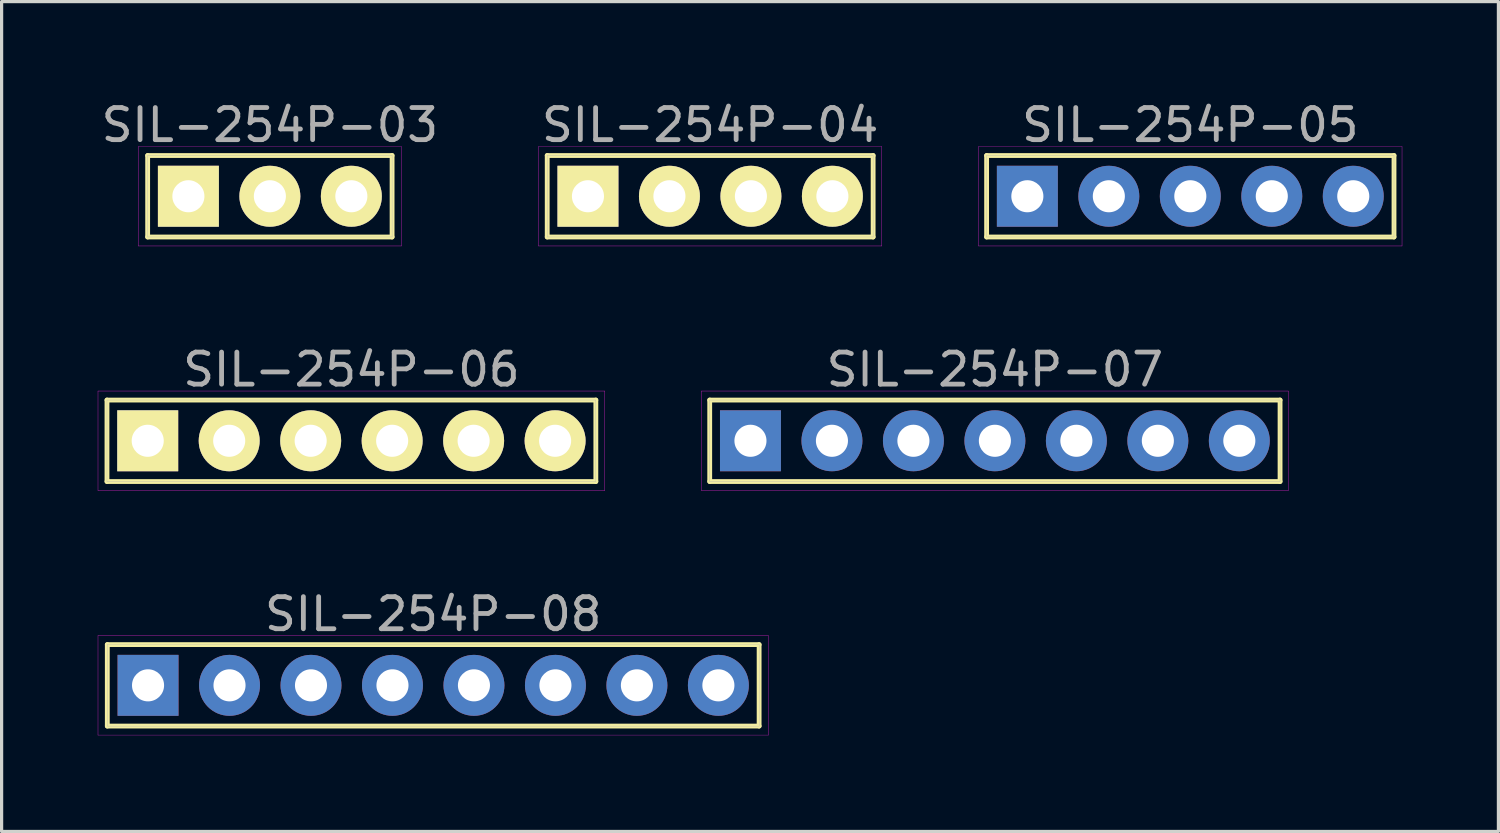
<source format=kicad_pcb>
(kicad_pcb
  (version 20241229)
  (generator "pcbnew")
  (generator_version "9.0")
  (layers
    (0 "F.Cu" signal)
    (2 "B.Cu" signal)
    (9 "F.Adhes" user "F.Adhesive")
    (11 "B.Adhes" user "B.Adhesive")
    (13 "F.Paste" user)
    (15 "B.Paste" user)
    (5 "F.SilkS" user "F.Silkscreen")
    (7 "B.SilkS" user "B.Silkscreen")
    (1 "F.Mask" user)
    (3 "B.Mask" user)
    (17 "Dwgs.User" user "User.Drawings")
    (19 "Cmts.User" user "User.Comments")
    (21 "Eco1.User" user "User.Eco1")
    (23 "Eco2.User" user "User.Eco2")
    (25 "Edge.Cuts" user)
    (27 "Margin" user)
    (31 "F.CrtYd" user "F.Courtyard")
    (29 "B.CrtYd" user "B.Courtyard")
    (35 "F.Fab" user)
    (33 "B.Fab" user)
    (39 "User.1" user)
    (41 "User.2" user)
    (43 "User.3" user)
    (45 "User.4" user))
  (footprint "SIL-254P-08"
    (layer "F.Cu")
    (at 10.455 18.315)
    (property "Reference" "SIL-254P-08" (at 0 -2.22 0) (layer "F.Fab") (effects (font (size 1 1) (thickness 0.15))))
    (attr through_hole)
    (fp_line (start -10.16 -1.27) (end 10.16 -1.27) (stroke (width 0.15) (type solid)) (layer "F.SilkS"))
    (fp_line (start -10.16 1.27) (end -10.16 -1.27) (stroke (width 0.15) (type solid)) (layer "F.SilkS"))
    (fp_line (start 10.16 -1.27) (end 10.16 1.27) (stroke (width 0.15) (type solid)) (layer "F.SilkS"))
    (fp_line (start 10.16 1.27) (end -10.16 1.27) (stroke (width 0.15) (type solid)) (layer "F.SilkS"))
    (fp_line (start -10.45 -1.55) (end 10.45 -1.55) (stroke (width 0.01) (type solid)) (layer "F.CrtYd"))
    (fp_line (start -10.45 1.55) (end -10.45 -1.55) (stroke (width 0.01) (type solid)) (layer "F.CrtYd"))
    (fp_line (start 10.45 -1.55) (end 10.45 1.55) (stroke (width 0.01) (type solid)) (layer "F.CrtYd"))
    (fp_line (start 10.45 1.55) (end -10.45 1.55) (stroke (width 0.01) (type solid)) (layer "F.CrtYd"))
    (fp_line (start -10.16 -1.27) (end 10.16 -1.27) (stroke (width 0.01) (type solid)) (layer "F.Fab"))
    (fp_line (start -10.16 1.27) (end -10.16 -1.27) (stroke (width 0.01) (type solid)) (layer "F.Fab"))
    (fp_line (start 10.16 -1.27) (end 10.16 1.27) (stroke (width 0.01) (type solid)) (layer "F.Fab"))
    (fp_line (start 10.16 1.27) (end -10.16 1.27) (stroke (width 0.01) (type solid)) (layer "F.Fab"))
    (pad "1" thru_hole rect (at -8.89 0) (size 1.9 1.9) (drill 1) (layers "F.Cu" "F.Mask" "F.Paste"))
    (pad "2" thru_hole circle (at -6.35 0) (size 1.9 1.9) (drill 1) (layers "F.Cu" "F.Mask" "F.Paste"))
    (pad "3" thru_hole circle (at -3.81 0) (size 1.9 1.9) (drill 1) (layers "F.Cu" "F.Mask" "F.Paste"))
    (pad "4" thru_hole circle (at -1.27 0) (size 1.9 1.9) (drill 1) (layers "F.Cu" "F.Mask" "F.Paste"))
    (pad "5" thru_hole circle (at 1.27 0) (size 1.9 1.9) (drill 1) (layers "F.Cu" "F.Mask" "F.Paste"))
    (pad "6" thru_hole circle (at 3.81 0) (size 1.9 1.9) (drill 1) (layers "F.Cu" "F.Mask" "F.Paste"))
    (pad "7" thru_hole circle (at 6.35 0) (size 1.9 1.9) (drill 1) (layers "F.Cu" "F.Mask" "F.Paste"))
    (pad "8" thru_hole circle (at 8.89 0) (size 1.9 1.9) (drill 1) (layers "F.Cu" "F.Mask" "F.Paste")))
  (footprint "SIL-254P-07"
    (layer "F.Cu")
    (at 27.965 10.691)
    (property "Reference" "SIL-254P-07" (at 0 -2.22 0) (layer "F.Fab") (effects (font (size 1 1) (thickness 0.15))))
    (attr through_hole)
    (fp_line (start -8.89 -1.27) (end 8.89 -1.27) (stroke (width 0.15) (type solid)) (layer "F.SilkS"))
    (fp_line (start -8.89 1.27) (end -8.89 -1.27) (stroke (width 0.15) (type solid)) (layer "F.SilkS"))
    (fp_line (start 8.89 -1.27) (end 8.89 1.27) (stroke (width 0.15) (type solid)) (layer "F.SilkS"))
    (fp_line (start 8.89 1.27) (end -8.89 1.27) (stroke (width 0.15) (type solid)) (layer "F.SilkS"))
    (fp_line (start -9.15 -1.55) (end 9.15 -1.55) (stroke (width 0.01) (type solid)) (layer "F.CrtYd"))
    (fp_line (start -9.15 1.55) (end -9.15 -1.55) (stroke (width 0.01) (type solid)) (layer "F.CrtYd"))
    (fp_line (start 9.15 -1.55) (end 9.15 1.55) (stroke (width 0.01) (type solid)) (layer "F.CrtYd"))
    (fp_line (start 9.15 1.55) (end -9.15 1.55) (stroke (width 0.01) (type solid)) (layer "F.CrtYd"))
    (fp_line (start -8.89 -1.27) (end 8.89 -1.27) (stroke (width 0.01) (type solid)) (layer "F.Fab"))
    (fp_line (start -8.89 1.27) (end -8.89 -1.27) (stroke (width 0.01) (type solid)) (layer "F.Fab"))
    (fp_line (start 8.89 -1.27) (end 8.89 1.27) (stroke (width 0.01) (type solid)) (layer "F.Fab"))
    (fp_line (start 8.89 1.27) (end -8.89 1.27) (stroke (width 0.01) (type solid)) (layer "F.Fab"))
    (pad "1" thru_hole rect (at -7.62 0) (size 1.9 1.9) (drill 1) (layers "F.Cu" "F.Mask" "F.Paste"))
    (pad "2" thru_hole circle (at -5.08 0) (size 1.9 1.9) (drill 1) (layers "F.Cu" "F.Mask" "F.Paste"))
    (pad "3" thru_hole circle (at -2.54 0) (size 1.9 1.9) (drill 1) (layers "F.Cu" "F.Mask" "F.Paste"))
    (pad "4" thru_hole circle (at 0 0) (size 1.9 1.9) (drill 1) (layers "F.Cu" "F.Mask" "F.Paste"))
    (pad "5" thru_hole circle (at 2.54 0) (size 1.9 1.9) (drill 1) (layers "F.Cu" "F.Mask" "F.Paste"))
    (pad "6" thru_hole circle (at 5.08 0) (size 1.9 1.9) (drill 1) (layers "F.Cu" "F.Mask" "F.Paste"))
    (pad "7" thru_hole circle (at 7.62 0) (size 1.9 1.9) (drill 1) (layers "F.Cu" "F.Mask" "F.Paste")))
  (footprint "SIL-254P-04"
    (layer "F.Cu")
    (at 19.089 3.068)
    (property "Reference" "SIL-254P-04" (at 0 -2.22 0) (layer "F.Fab") (effects (font (size 1 1) (thickness 0.15))))
    (attr through_hole)
    (fp_line (start -5.08 -1.27) (end 5.08 -1.27) (stroke (width 0.15) (type solid)) (layer "F.SilkS"))
    (fp_line (start -5.08 1.27) (end -5.08 -1.27) (stroke (width 0.15) (type solid)) (layer "F.SilkS"))
    (fp_line (start 5.08 -1.27) (end 5.08 1.27) (stroke (width 0.15) (type solid)) (layer "F.SilkS"))
    (fp_line (start 5.08 1.27) (end -5.08 1.27) (stroke (width 0.15) (type solid)) (layer "F.SilkS"))
    (fp_line (start -5.35 -1.55) (end 5.35 -1.55) (stroke (width 0.01) (type solid)) (layer "F.CrtYd"))
    (fp_line (start -5.35 1.55) (end -5.35 -1.55) (stroke (width 0.01) (type solid)) (layer "F.CrtYd"))
    (fp_line (start 5.35 -1.55) (end 5.35 1.55) (stroke (width 0.01) (type solid)) (layer "F.CrtYd"))
    (fp_line (start 5.35 1.55) (end -5.35 1.55) (stroke (width 0.01) (type solid)) (layer "F.CrtYd"))
    (fp_line (start -5.08 -1.27) (end 5.08 -1.27) (stroke (width 0.01) (type solid)) (layer "F.Fab"))
    (fp_line (start -5.08 1.27) (end -5.08 -1.27) (stroke (width 0.01) (type solid)) (layer "F.Fab"))
    (fp_line (start 5.08 -1.27) (end 5.08 1.27) (stroke (width 0.01) (type solid)) (layer "F.Fab"))
    (fp_line (start 5.08 1.27) (end -5.08 1.27) (stroke (width 0.01) (type solid)) (layer "F.Fab"))
    (pad "1" thru_hole rect (at -3.81 0) (size 1.9 1.9) (drill 1) (layers "*.Cu" "*.Mask" "F.SilkS"))
    (pad "2" thru_hole circle (at -1.27 0) (size 1.9 1.9) (drill 1) (layers "*.Cu" "*.Mask" "F.SilkS"))
    (pad "3" thru_hole circle (at 1.27 0) (size 1.9 1.9) (drill 1) (layers "*.Cu" "*.Mask" "F.SilkS"))
    (pad "4" thru_hole circle (at 3.81 0) (size 1.9 1.9) (drill 1) (layers "*.Cu" "*.Mask" "F.SilkS")))
  (footprint "SIL-254P-05"
    (layer "F.Cu")
    (at 34.057 3.068)
    (property "Reference" "SIL-254P-05" (at 0 -2.22 0) (layer "F.Fab") (effects (font (size 1 1) (thickness 0.15))))
    (attr through_hole)
    (fp_line (start -6.35 -1.27) (end 6.35 -1.27) (stroke (width 0.15) (type solid)) (layer "F.SilkS"))
    (fp_line (start -6.35 1.27) (end -6.35 -1.27) (stroke (width 0.15) (type solid)) (layer "F.SilkS"))
    (fp_line (start 6.35 -1.27) (end 6.35 1.27) (stroke (width 0.15) (type solid)) (layer "F.SilkS"))
    (fp_line (start 6.35 1.27) (end -6.35 1.27) (stroke (width 0.15) (type solid)) (layer "F.SilkS"))
    (fp_line (start -6.6 -1.55) (end 6.6 -1.55) (stroke (width 0.01) (type solid)) (layer "F.CrtYd"))
    (fp_line (start -6.6 1.55) (end -6.6 -1.55) (stroke (width 0.01) (type solid)) (layer "F.CrtYd"))
    (fp_line (start 6.6 -1.55) (end 6.6 1.55) (stroke (width 0.01) (type solid)) (layer "F.CrtYd"))
    (fp_line (start 6.6 1.55) (end -6.6 1.55) (stroke (width 0.01) (type solid)) (layer "F.CrtYd"))
    (fp_line (start -6.35 -1.27) (end 6.35 -1.27) (stroke (width 0.01) (type solid)) (layer "F.Fab"))
    (fp_line (start -6.35 1.27) (end -6.35 -1.27) (stroke (width 0.01) (type solid)) (layer "F.Fab"))
    (fp_line (start 6.35 -1.27) (end 6.35 1.27) (stroke (width 0.01) (type solid)) (layer "F.Fab"))
    (fp_line (start 6.35 1.27) (end -6.35 1.27) (stroke (width 0.01) (type solid)) (layer "F.Fab"))
    (pad "1" thru_hole rect (at -5.08 0) (size 1.9 1.9) (drill 1) (layers "F.Cu" "F.Mask" "F.Paste"))
    (pad "2" thru_hole circle (at -2.54 0) (size 1.9 1.9) (drill 1) (layers "F.Cu" "F.Mask" "F.Paste"))
    (pad "3" thru_hole circle (at 0 0) (size 1.9 1.9) (drill 1) (layers "F.Cu" "F.Mask" "F.Paste"))
    (pad "4" thru_hole circle (at 2.54 0) (size 1.9 1.9) (drill 1) (layers "F.Cu" "F.Mask" "F.Paste"))
    (pad "5" thru_hole circle (at 5.08 0) (size 1.9 1.9) (drill 1) (layers "F.Cu" "F.Mask" "F.Paste")))
  (footprint "SIL-254P-06"
    (layer "F.Cu")
    (at 7.905 10.691)
    (property "Reference" "SIL-254P-06" (at 0 -2.22 0) (layer "F.Fab") (effects (font (size 1 1) (thickness 0.15))))
    (attr through_hole)
    (fp_line (start -7.62 -1.27) (end 7.62 -1.27) (stroke (width 0.15) (type solid)) (layer "F.SilkS"))
    (fp_line (start -7.62 1.27) (end -7.62 -1.27) (stroke (width 0.15) (type solid)) (layer "F.SilkS"))
    (fp_line (start 7.62 -1.27) (end 7.62 1.27) (stroke (width 0.15) (type solid)) (layer "F.SilkS"))
    (fp_line (start 7.62 1.27) (end -7.62 1.27) (stroke (width 0.15) (type solid)) (layer "F.SilkS"))
    (fp_line (start -7.9 -1.55) (end 7.9 -1.55) (stroke (width 0.01) (type solid)) (layer "F.CrtYd"))
    (fp_line (start -7.9 1.55) (end -7.9 -1.55) (stroke (width 0.01) (type solid)) (layer "F.CrtYd"))
    (fp_line (start 7.9 -1.55) (end 7.9 1.55) (stroke (width 0.01) (type solid)) (layer "F.CrtYd"))
    (fp_line (start 7.9 1.55) (end -7.9 1.55) (stroke (width 0.01) (type solid)) (layer "F.CrtYd"))
    (fp_line (start -7.62 -1.27) (end 7.62 -1.27) (stroke (width 0.01) (type solid)) (layer "F.Fab"))
    (fp_line (start -7.62 1.27) (end -7.62 -1.27) (stroke (width 0.01) (type solid)) (layer "F.Fab"))
    (fp_line (start 7.62 -1.27) (end 7.62 1.27) (stroke (width 0.01) (type solid)) (layer "F.Fab"))
    (fp_line (start 7.62 1.27) (end -7.62 1.27) (stroke (width 0.01) (type solid)) (layer "F.Fab"))
    (pad "1" thru_hole rect (at -6.35 0) (size 1.9 1.9) (drill 1) (layers "*.Cu" "*.Mask" "F.SilkS"))
    (pad "2" thru_hole circle (at -3.81 0) (size 1.9 1.9) (drill 1) (layers "*.Cu" "*.Mask" "F.SilkS"))
    (pad "3" thru_hole circle (at -1.27 0) (size 1.9 1.9) (drill 1) (layers "*.Cu" "*.Mask" "F.SilkS"))
    (pad "4" thru_hole circle (at 1.27 0) (size 1.9 1.9) (drill 1) (layers "*.Cu" "*.Mask" "F.SilkS"))
    (pad "5" thru_hole circle (at 3.81 0) (size 1.9 1.9) (drill 1) (layers "*.Cu" "*.Mask" "F.SilkS"))
    (pad "6" thru_hole circle (at 6.35 0) (size 1.9 1.9) (drill 1) (layers "*.Cu" "*.Mask" "F.SilkS")))
  (footprint "SIL-254P-03"
    (layer "F.Cu")
    (at 5.363 3.068)
    (property "Reference" "SIL-254P-03" (at 0 -2.22 0) (layer "F.Fab") (effects (font (size 1 1) (thickness 0.15))))
    (attr through_hole)
    (fp_line (start -3.81 -1.27) (end 3.81 -1.27) (stroke (width 0.15) (type solid)) (layer "F.SilkS"))
    (fp_line (start -3.81 1.27) (end -3.81 -1.27) (stroke (width 0.15) (type solid)) (layer "F.SilkS"))
    (fp_line (start 3.81 -1.27) (end 3.81 1.27) (stroke (width 0.15) (type solid)) (layer "F.SilkS"))
    (fp_line (start 3.81 1.27) (end -3.81 1.27) (stroke (width 0.15) (type solid)) (layer "F.SilkS"))
    (fp_line (start -4.1 -1.55) (end 4.1 -1.55) (stroke (width 0.01) (type solid)) (layer "F.CrtYd"))
    (fp_line (start -4.1 1.55) (end -4.1 -1.55) (stroke (width 0.01) (type solid)) (layer "F.CrtYd"))
    (fp_line (start 4.1 -1.55) (end 4.1 1.55) (stroke (width 0.01) (type solid)) (layer "F.CrtYd"))
    (fp_line (start 4.1 1.55) (end -4.1 1.55) (stroke (width 0.01) (type solid)) (layer "F.CrtYd"))
    (fp_line (start -3.81 -1.27) (end 3.81 -1.27) (stroke (width 0.01) (type solid)) (layer "F.Fab"))
    (fp_line (start -3.81 1.27) (end -3.81 -1.27) (stroke (width 0.01) (type solid)) (layer "F.Fab"))
    (fp_line (start 3.81 -1.27) (end 3.81 1.27) (stroke (width 0.01) (type solid)) (layer "F.Fab"))
    (fp_line (start 3.81 1.27) (end -3.81 1.27) (stroke (width 0.01) (type solid)) (layer "F.Fab"))
    (pad "1" thru_hole rect (at -2.54 0) (size 1.9 1.9) (drill 1) (layers "*.Cu" "*.Mask" "F.SilkS"))
    (pad "2" thru_hole circle (at 0 0) (size 1.9 1.9) (drill 1) (layers "*.Cu" "*.Mask" "F.SilkS"))
    (pad "3" thru_hole circle (at 2.54 0) (size 1.9 1.9) (drill 1) (layers "*.Cu" "*.Mask" "F.SilkS")))
  (gr_rect
    (start -3 -3)
    (end 43.662 22.87)
    (stroke (width 0.1) (type default))
    (fill no)
    (layer "Edge.Cuts")))
</source>
